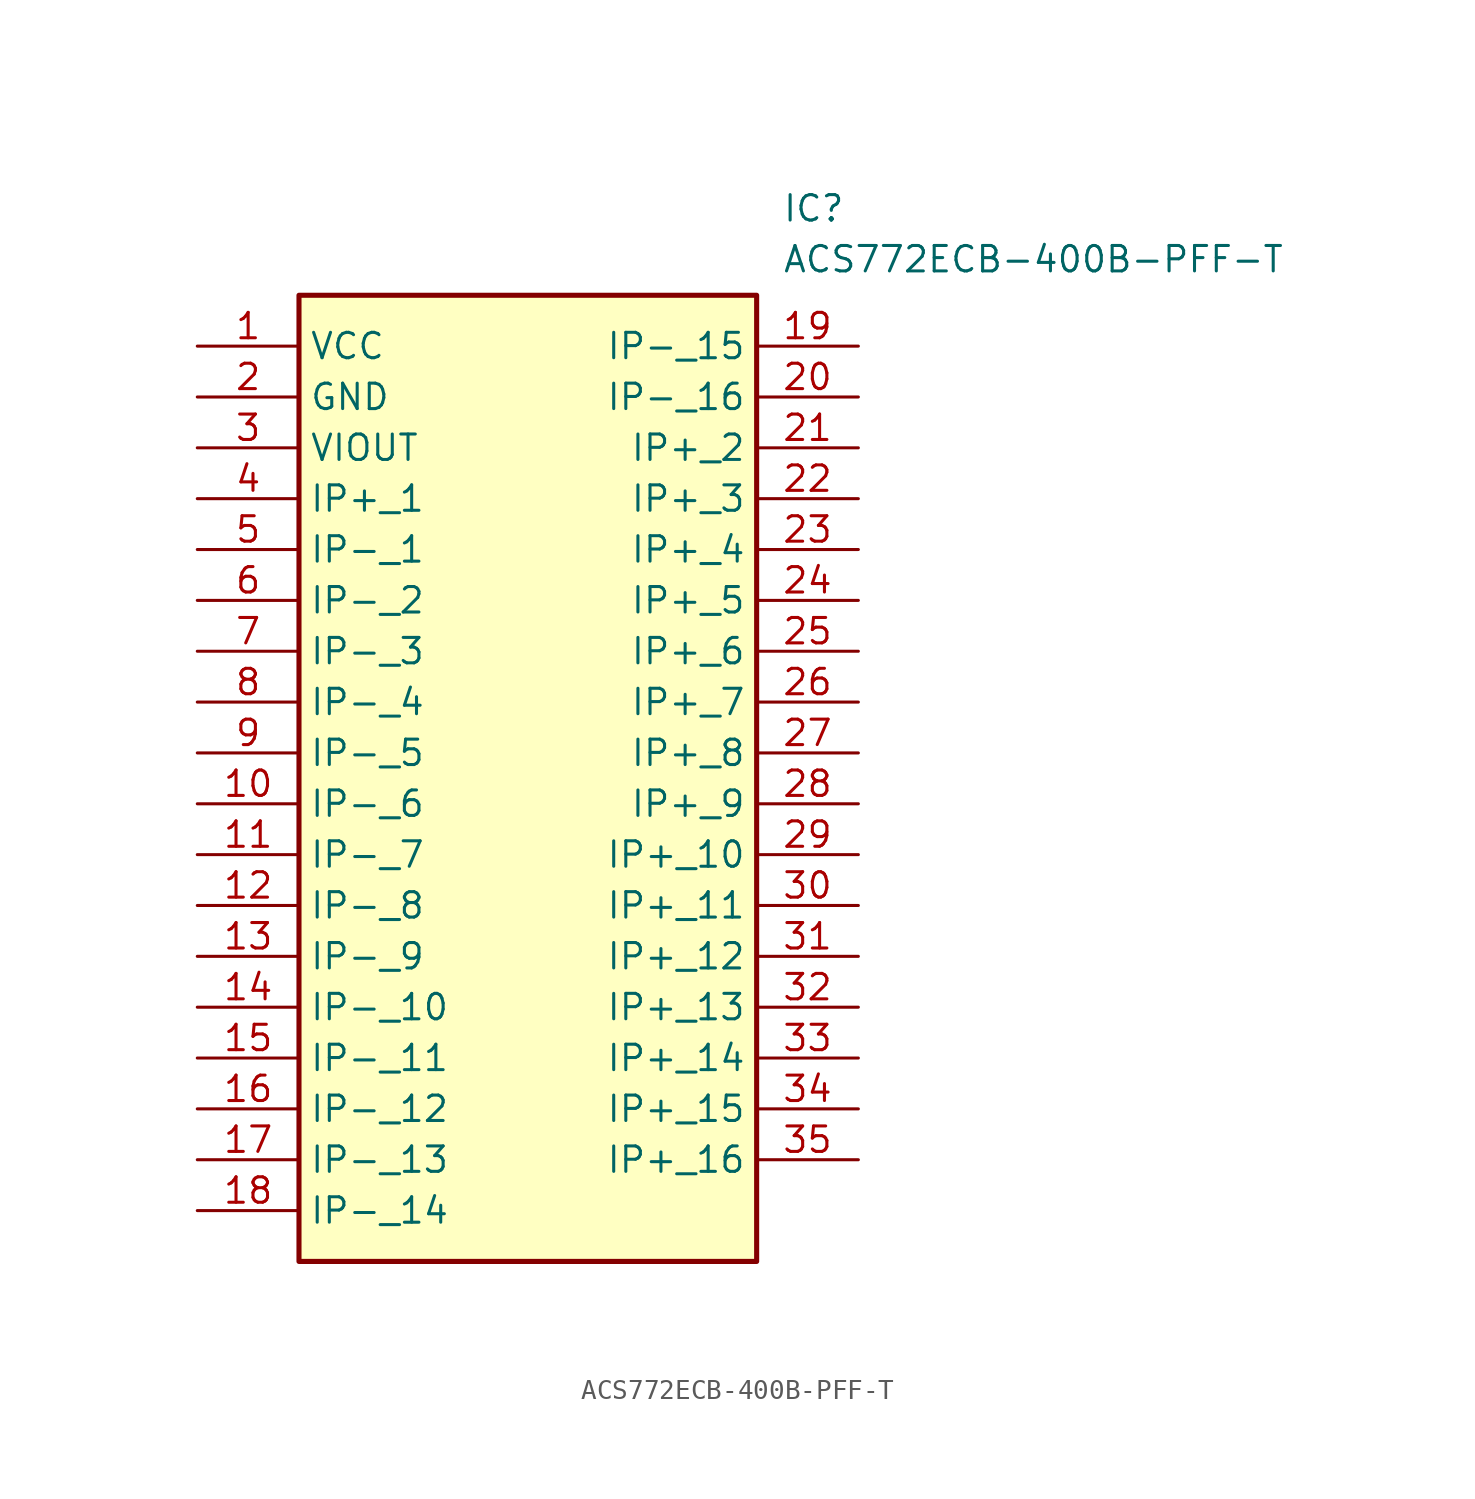
<source format=kicad_sym>
(kicad_symbol_lib
  (version 20211014)
  (generator SamacSys_ECAD_Model)
  (symbol "ACS772ECB-400B-PFF-T"
    (property "Reference" "IC"
      (at 29.21 7.62 0)
      (effects (font (size 1.27 1.27)) (justify left top)))
    (property "Value" "ACS772ECB-400B-PFF-T"
      (at 29.21 5.08 0)
      (effects (font (size 1.27 1.27)) (justify left top)))
    (rectangle
      (start 5.08 2.54)
      (end 27.94 -45.72)
      (stroke (width 0.254) (type default))
      (fill (type background)))
    (pin passive line
      (at 0 0 0)
      (length 5.08)
      (name "VCC" (effects (font (size 1.27 1.27))))
      (number "1" (effects (font (size 1.27 1.27)))))
    (pin passive line
      (at 0 -2.54 0)
      (length 5.08)
      (name "GND" (effects (font (size 1.27 1.27))))
      (number "2" (effects (font (size 1.27 1.27)))))
    (pin passive line
      (at 0 -5.08 0)
      (length 5.08)
      (name "VIOUT" (effects (font (size 1.27 1.27))))
      (number "3" (effects (font (size 1.27 1.27)))))
    (pin passive line
      (at 0 -7.62 0)
      (length 5.08)
      (name "IP+_1" (effects (font (size 1.27 1.27))))
      (number "4" (effects (font (size 1.27 1.27)))))
    (pin passive line
      (at 0 -10.16 0)
      (length 5.08)
      (name "IP-_1" (effects (font (size 1.27 1.27))))
      (number "5" (effects (font (size 1.27 1.27)))))
    (pin passive line
      (at 0 -12.7 0)
      (length 5.08)
      (name "IP-_2" (effects (font (size 1.27 1.27))))
      (number "6" (effects (font (size 1.27 1.27)))))
    (pin passive line
      (at 0 -15.24 0)
      (length 5.08)
      (name "IP-_3" (effects (font (size 1.27 1.27))))
      (number "7" (effects (font (size 1.27 1.27)))))
    (pin passive line
      (at 0 -17.78 0)
      (length 5.08)
      (name "IP-_4" (effects (font (size 1.27 1.27))))
      (number "8" (effects (font (size 1.27 1.27)))))
    (pin passive line
      (at 0 -20.32 0)
      (length 5.08)
      (name "IP-_5" (effects (font (size 1.27 1.27))))
      (number "9" (effects (font (size 1.27 1.27)))))
    (pin passive line
      (at 0 -22.86 0)
      (length 5.08)
      (name "IP-_6" (effects (font (size 1.27 1.27))))
      (number "10" (effects (font (size 1.27 1.27)))))
    (pin passive line
      (at 0 -25.4 0)
      (length 5.08)
      (name "IP-_7" (effects (font (size 1.27 1.27))))
      (number "11" (effects (font (size 1.27 1.27)))))
    (pin passive line
      (at 0 -27.94 0)
      (length 5.08)
      (name "IP-_8" (effects (font (size 1.27 1.27))))
      (number "12" (effects (font (size 1.27 1.27)))))
    (pin passive line
      (at 0 -30.48 0)
      (length 5.08)
      (name "IP-_9" (effects (font (size 1.27 1.27))))
      (number "13" (effects (font (size 1.27 1.27)))))
    (pin passive line
      (at 0 -33.02 0)
      (length 5.08)
      (name "IP-_10" (effects (font (size 1.27 1.27))))
      (number "14" (effects (font (size 1.27 1.27)))))
    (pin passive line
      (at 0 -35.56 0)
      (length 5.08)
      (name "IP-_11" (effects (font (size 1.27 1.27))))
      (number "15" (effects (font (size 1.27 1.27)))))
    (pin passive line
      (at 0 -38.1 0)
      (length 5.08)
      (name "IP-_12" (effects (font (size 1.27 1.27))))
      (number "16" (effects (font (size 1.27 1.27)))))
    (pin passive line
      (at 0 -40.64 0)
      (length 5.08)
      (name "IP-_13" (effects (font (size 1.27 1.27))))
      (number "17" (effects (font (size 1.27 1.27)))))
    (pin passive line
      (at 0 -43.18 0)
      (length 5.08)
      (name "IP-_14" (effects (font (size 1.27 1.27))))
      (number "18" (effects (font (size 1.27 1.27)))))
    (pin passive line
      (at 33.02 0 180)
      (length 5.08)
      (name "IP-_15" (effects (font (size 1.27 1.27))))
      (number "19" (effects (font (size 1.27 1.27)))))
    (pin passive line
      (at 33.02 -2.54 180)
      (length 5.08)
      (name "IP-_16" (effects (font (size 1.27 1.27))))
      (number "20" (effects (font (size 1.27 1.27)))))
    (pin passive line
      (at 33.02 -5.08 180)
      (length 5.08)
      (name "IP+_2" (effects (font (size 1.27 1.27))))
      (number "21" (effects (font (size 1.27 1.27)))))
    (pin passive line
      (at 33.02 -7.62 180)
      (length 5.08)
      (name "IP+_3" (effects (font (size 1.27 1.27))))
      (number "22" (effects (font (size 1.27 1.27)))))
    (pin passive line
      (at 33.02 -10.16 180)
      (length 5.08)
      (name "IP+_4" (effects (font (size 1.27 1.27))))
      (number "23" (effects (font (size 1.27 1.27)))))
    (pin passive line
      (at 33.02 -12.7 180)
      (length 5.08)
      (name "IP+_5" (effects (font (size 1.27 1.27))))
      (number "24" (effects (font (size 1.27 1.27)))))
    (pin passive line
      (at 33.02 -15.24 180)
      (length 5.08)
      (name "IP+_6" (effects (font (size 1.27 1.27))))
      (number "25" (effects (font (size 1.27 1.27)))))
    (pin passive line
      (at 33.02 -17.78 180)
      (length 5.08)
      (name "IP+_7" (effects (font (size 1.27 1.27))))
      (number "26" (effects (font (size 1.27 1.27)))))
    (pin passive line
      (at 33.02 -20.32 180)
      (length 5.08)
      (name "IP+_8" (effects (font (size 1.27 1.27))))
      (number "27" (effects (font (size 1.27 1.27)))))
    (pin passive line
      (at 33.02 -22.86 180)
      (length 5.08)
      (name "IP+_9" (effects (font (size 1.27 1.27))))
      (number "28" (effects (font (size 1.27 1.27)))))
    (pin passive line
      (at 33.02 -25.4 180)
      (length 5.08)
      (name "IP+_10" (effects (font (size 1.27 1.27))))
      (number "29" (effects (font (size 1.27 1.27)))))
    (pin passive line
      (at 33.02 -27.94 180)
      (length 5.08)
      (name "IP+_11" (effects (font (size 1.27 1.27))))
      (number "30" (effects (font (size 1.27 1.27)))))
    (pin passive line
      (at 33.02 -30.48 180)
      (length 5.08)
      (name "IP+_12" (effects (font (size 1.27 1.27))))
      (number "31" (effects (font (size 1.27 1.27)))))
    (pin passive line
      (at 33.02 -33.02 180)
      (length 5.08)
      (name "IP+_13" (effects (font (size 1.27 1.27))))
      (number "32" (effects (font (size 1.27 1.27)))))
    (pin passive line
      (at 33.02 -35.56 180)
      (length 5.08)
      (name "IP+_14" (effects (font (size 1.27 1.27))))
      (number "33" (effects (font (size 1.27 1.27)))))
    (pin passive line
      (at 33.02 -38.1 180)
      (length 5.08)
      (name "IP+_15" (effects (font (size 1.27 1.27))))
      (number "34" (effects (font (size 1.27 1.27)))))
    (pin passive line
      (at 33.02 -40.64 180)
      (length 5.08)
      (name "IP+_16" (effects (font (size 1.27 1.27))))
      (number "35" (effects (font (size 1.27 1.27)))))))
</source>
